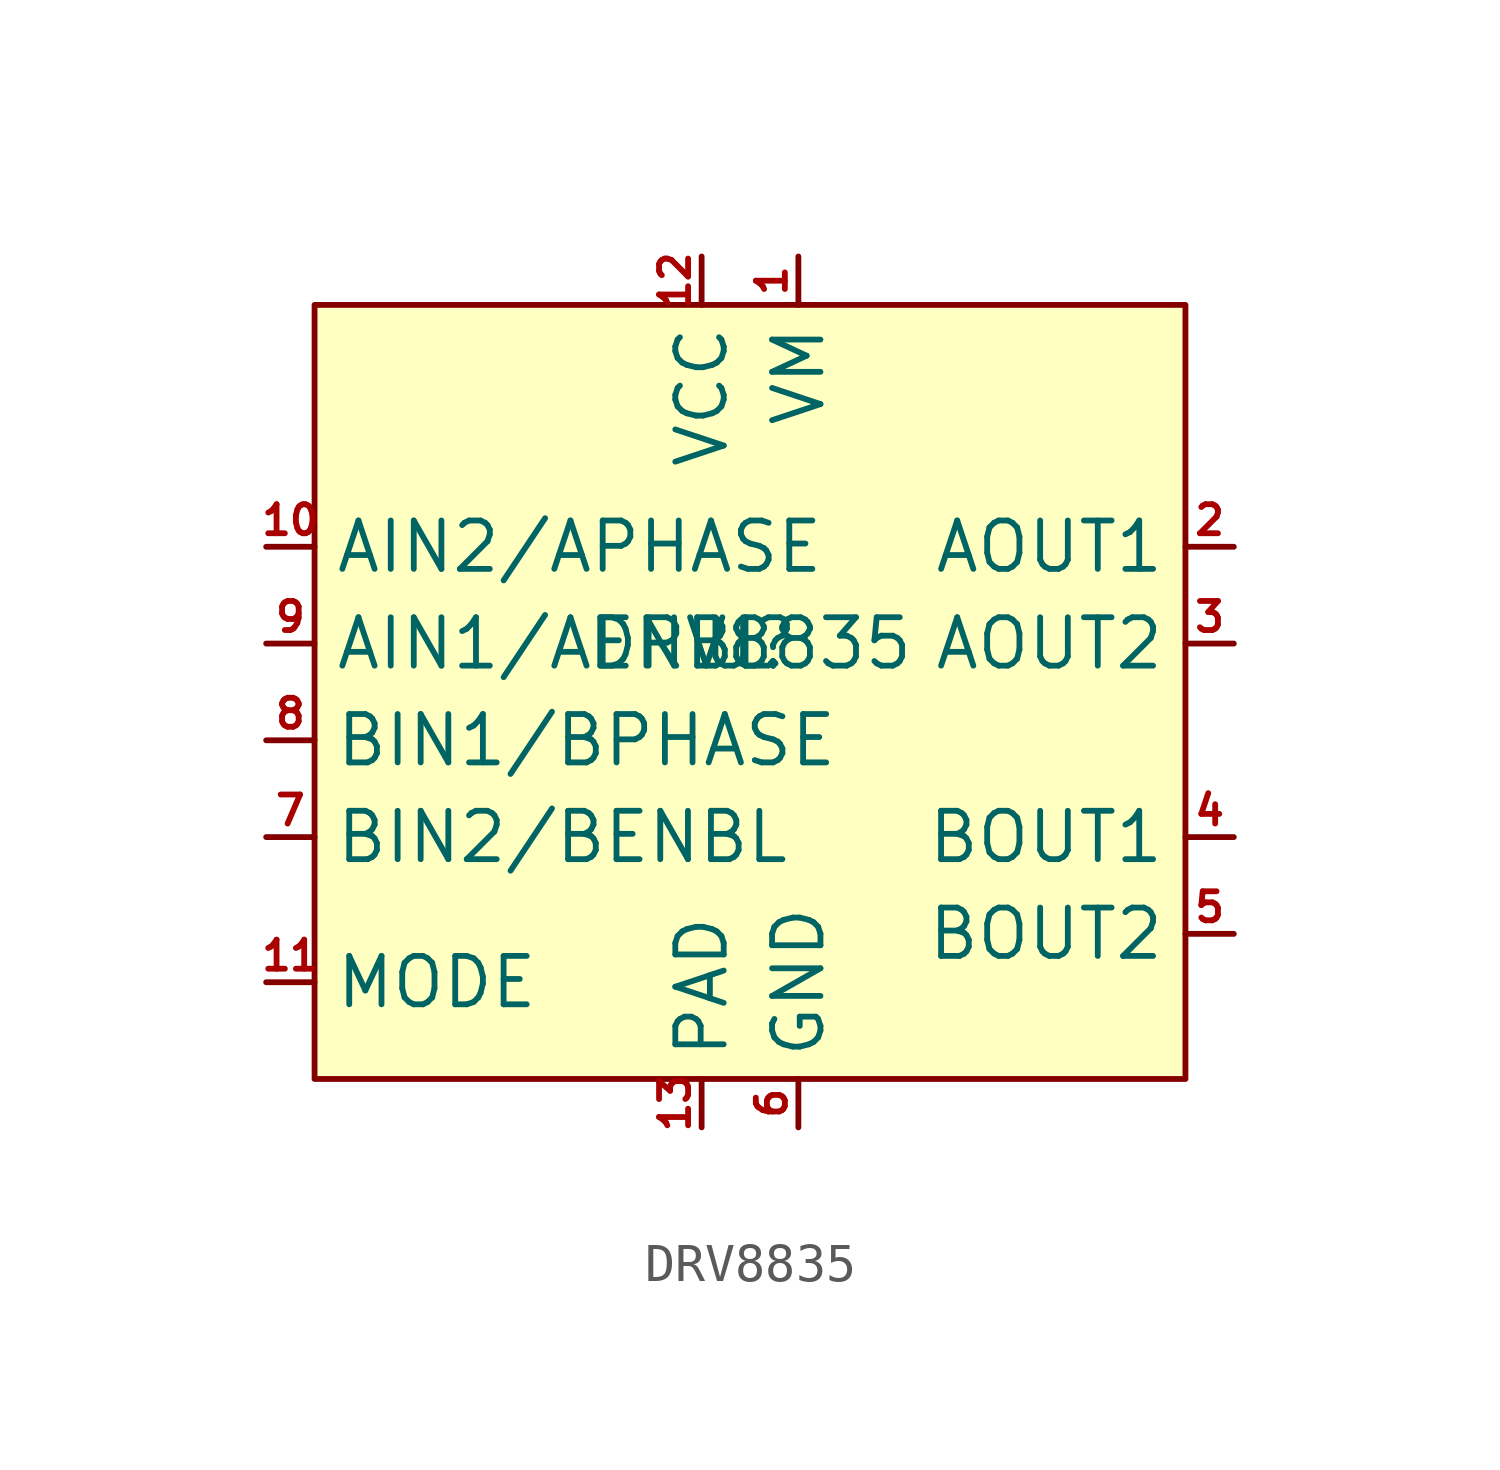
<source format=kicad_sym>
(kicad_symbol_lib
  (version 20220914)
  (generator kicad_symbol_editor)
  (symbol "DRV8835"
    (property "Reference" "U"
      (at 0 0 0)
      (effects (font (size 1.27 1.27))))
    (property "Value" "DRV8835"
      (at 0 0 0)
      (effects (font (size 1.27 1.27))))
    (symbol "DRV8835_1_1"
      (rectangle (start -11.43 8.89) (end 11.43 -11.43) (stroke (width 0) (type default)) (fill (type background)))
      (pin input line (at 1.27 10.16 270) (length 1.27) (name "VM" (effects (font (size 1.27 1.27)))) (number "1" (effects (font (size 0.762 0.762)))))
      (pin input line (at -12.7 2.54 0) (length 1.27) (name "AIN2/APHASE" (effects (font (size 1.27 1.27)))) (number "10" (effects (font (size 0.762 0.762)))))
      (pin input line (at -12.7 -8.89 0) (length 1.27) (name "MODE" (effects (font (size 1.27 1.27)))) (number "11" (effects (font (size 0.762 0.762)))))
      (pin input line (at -1.27 10.16 270) (length 1.27) (name "VCC" (effects (font (size 1.27 1.27)))) (number "12" (effects (font (size 0.762 0.762)))))
      (pin input line (at -1.27 -12.7 90) (length 1.27) (name "PAD" (effects (font (size 1.27 1.27)))) (number "13" (effects (font (size 0.762 0.762)))))
      (pin output line (at 12.7 2.54 180) (length 1.27) (name "AOUT1" (effects (font (size 1.27 1.27)))) (number "2" (effects (font (size 0.762 0.762)))))
      (pin output line (at 12.7 0 180) (length 1.27) (name "AOUT2" (effects (font (size 1.27 1.27)))) (number "3" (effects (font (size 0.762 0.762)))))
      (pin output line (at 12.7 -5.08 180) (length 1.27) (name "BOUT1" (effects (font (size 1.27 1.27)))) (number "4" (effects (font (size 0.762 0.762)))))
      (pin output line (at 12.7 -7.62 180) (length 1.27) (name "BOUT2" (effects (font (size 1.27 1.27)))) (number "5" (effects (font (size 0.762 0.762)))))
      (pin input line (at 1.27 -12.7 90) (length 1.27) (name "GND" (effects (font (size 1.27 1.27)))) (number "6" (effects (font (size 0.762 0.762)))))
      (pin input line (at -12.7 -5.08 0) (length 1.27) (name "BIN2/BENBL" (effects (font (size 1.27 1.27)))) (number "7" (effects (font (size 0.762 0.762)))))
      (pin input line (at -12.7 -2.54 0) (length 1.27) (name "BIN1/BPHASE" (effects (font (size 1.27 1.27)))) (number "8" (effects (font (size 0.762 0.762)))))
      (pin input line (at -12.7 0 0) (length 1.27) (name "AIN1/AENBL" (effects (font (size 1.27 1.27)))) (number "9" (effects (font (size 0.762 0.762))))))))
</source>
